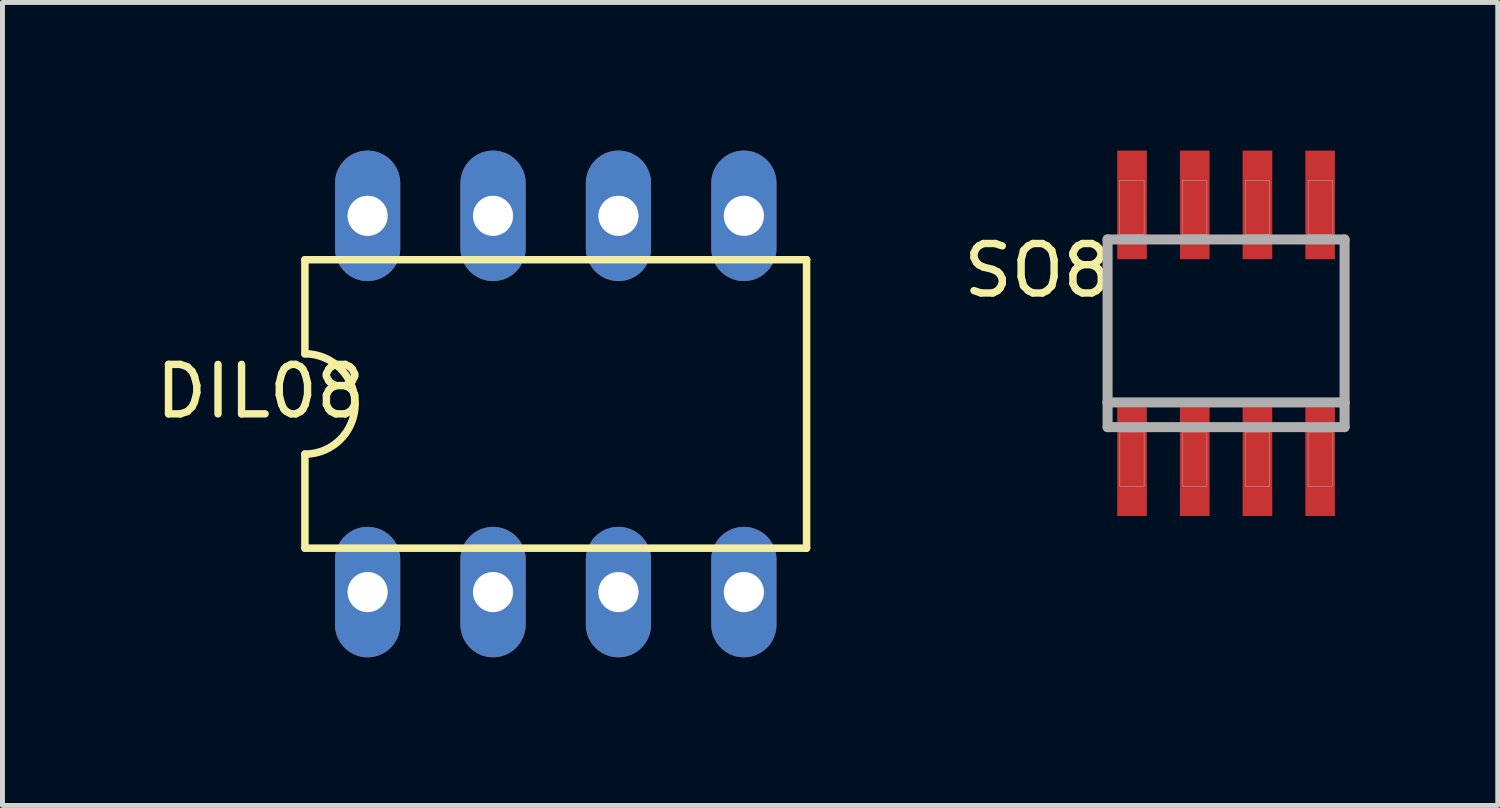
<source format=kicad_pcb>
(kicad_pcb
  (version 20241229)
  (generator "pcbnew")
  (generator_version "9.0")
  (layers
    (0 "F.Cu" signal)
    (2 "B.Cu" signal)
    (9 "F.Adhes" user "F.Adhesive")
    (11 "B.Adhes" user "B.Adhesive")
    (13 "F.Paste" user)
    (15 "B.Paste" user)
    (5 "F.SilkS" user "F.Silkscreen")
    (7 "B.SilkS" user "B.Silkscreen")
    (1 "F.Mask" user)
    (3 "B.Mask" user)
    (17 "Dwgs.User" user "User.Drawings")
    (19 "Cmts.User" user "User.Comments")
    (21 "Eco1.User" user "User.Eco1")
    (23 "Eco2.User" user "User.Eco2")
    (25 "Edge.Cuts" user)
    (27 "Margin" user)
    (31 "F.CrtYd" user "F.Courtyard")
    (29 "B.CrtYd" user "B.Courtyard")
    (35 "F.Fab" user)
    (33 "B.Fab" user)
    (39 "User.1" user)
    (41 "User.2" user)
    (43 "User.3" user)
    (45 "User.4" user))
  (footprint "DIL08"
    (layer "F.Cu")
    (at 8.205 5.131)
    (property "Reference" "DIL08" (at -5.981 -0.255 180) (layer "F.SilkS") (effects (font (size 1.002 1.002) (thickness 0.15))))
    (attr through_hole)
    (fp_line (start -5.08 -2.921) (end -5.08 -1.016) (stroke (width 0.152) (type solid)) (layer "F.SilkS"))
    (fp_line (start -5.08 2.921) (end -5.08 1.016) (stroke (width 0.152) (type solid)) (layer "F.SilkS"))
    (fp_line (start -5.08 2.921) (end 5.08 2.921) (stroke (width 0.152) (type solid)) (layer "F.SilkS"))
    (fp_line (start 5.08 -2.921) (end -5.08 -2.921) (stroke (width 0.152) (type solid)) (layer "F.SilkS"))
    (fp_line (start 5.08 -2.921) (end 5.08 2.921) (stroke (width 0.152) (type solid)) (layer "F.SilkS"))
    (fp_arc (start -5.08 -1.016) (mid -4.064 0) (end -5.08 1.016) (stroke (width 0.1524) (type solid)) (layer "F.SilkS"))
    (pad "1" thru_hole oval (at -3.81 3.81) (size 1.321 2.642) (drill 0.813) (layers "*.Cu" "*.Mask"))
    (pad "2" thru_hole oval (at -1.27 3.81) (size 1.321 2.642) (drill 0.813) (layers "*.Cu" "*.Mask"))
    (pad "3" thru_hole oval (at 1.27 3.81) (size 1.321 2.642) (drill 0.813) (layers "*.Cu" "*.Mask"))
    (pad "4" thru_hole oval (at 3.81 3.81) (size 1.321 2.642) (drill 0.813) (layers "*.Cu" "*.Mask"))
    (pad "5" thru_hole oval (at 3.81 -3.81) (size 1.321 2.642) (drill 0.813) (layers "*.Cu" "*.Mask"))
    (pad "6" thru_hole oval (at 1.27 -3.81) (size 1.321 2.642) (drill 0.813) (layers "*.Cu" "*.Mask"))
    (pad "7" thru_hole oval (at -1.27 -3.81) (size 1.321 2.642) (drill 0.813) (layers "*.Cu" "*.Mask"))
    (pad "8" thru_hole oval (at -3.81 -3.81) (size 1.321 2.642) (drill 0.813) (layers "*.Cu" "*.Mask")))
  (footprint "SO8"
    (layer "F.Cu")
    (at 21.781 3.7)
    (property "Reference" "SO8" (at -3.817 -1.272 180) (layer "F.SilkS") (effects (font (size 1.002 1.002) (thickness 0.15))))
    (attr through_hole)
    (fp_line (start -2.4 -1.9) (end 2.4 -1.9) (stroke (width 0.203) (type solid)) (layer "F.Fab"))
    (fp_line (start -2.4 1.4) (end -2.4 -1.9) (stroke (width 0.203) (type solid)) (layer "F.Fab"))
    (fp_line (start -2.4 1.9) (end -2.4 1.4) (stroke (width 0.203) (type solid)) (layer "F.Fab"))
    (fp_line (start 2.4 -1.9) (end 2.4 1.4) (stroke (width 0.203) (type solid)) (layer "F.Fab"))
    (fp_line (start 2.4 1.4) (end -2.4 1.4) (stroke (width 0.203) (type solid)) (layer "F.Fab"))
    (fp_line (start 2.4 1.4) (end 2.4 1.9) (stroke (width 0.203) (type solid)) (layer "F.Fab"))
    (fp_line (start 2.4 1.9) (end -2.4 1.9) (stroke (width 0.203) (type solid)) (layer "F.Fab"))
    (fp_poly (pts (xy -2.154 -3.1) (xy -1.66 -3.1) (xy -1.66 -2.004) (xy -2.154 -2.004)) (stroke (width 0.01) (type solid)) (fill no) (layer "F.Fab"))
    (fp_poly (pts (xy -2.152 2) (xy -1.66 2) (xy -1.66 3.104) (xy -2.152 3.104)) (stroke (width 0.01) (type solid)) (fill no) (layer "F.Fab"))
    (fp_poly (pts (xy -0.881 -3.1) (xy -0.39 -3.1) (xy -0.39 -2.003) (xy -0.881 -2.003)) (stroke (width 0.01) (type solid)) (fill no) (layer "F.Fab"))
    (fp_poly (pts (xy -0.88 2) (xy -0.39 2) (xy -0.39 3.101) (xy -0.88 3.101)) (stroke (width 0.01) (type solid)) (fill no) (layer "F.Fab"))
    (fp_poly (pts (xy 0.39 2) (xy 0.88 2) (xy 0.88 3.1) (xy 0.39 3.1)) (stroke (width 0.01) (type solid)) (fill no) (layer "F.Fab"))
    (fp_poly (pts (xy 0.39 -3.1) (xy 0.88 -3.1) (xy 0.88 -2.003) (xy 0.39 -2.003)) (stroke (width 0.01) (type solid)) (fill no) (layer "F.Fab"))
    (fp_poly (pts (xy 1.661 2) (xy 2.15 2) (xy 2.15 3.103) (xy 1.661 3.103)) (stroke (width 0.01) (type solid)) (fill no) (layer "F.Fab"))
    (fp_poly (pts (xy 1.662 -3.1) (xy 2.15 -3.1) (xy 2.15 -2.002) (xy 1.662 -2.002)) (stroke (width 0.01) (type solid)) (fill no) (layer "F.Fab"))
    (pad "1" smd rect (at -1.905 2.6) (size 0.6 2.2) (layers "F.Cu" "F.Mask" "F.Paste"))
    (pad "2" smd rect (at -0.635 2.6) (size 0.6 2.2) (layers "F.Cu" "F.Mask" "F.Paste"))
    (pad "3" smd rect (at 0.635 2.6) (size 0.6 2.2) (layers "F.Cu" "F.Mask" "F.Paste"))
    (pad "4" smd rect (at 1.905 2.6) (size 0.6 2.2) (layers "F.Cu" "F.Mask" "F.Paste"))
    (pad "5" smd rect (at 1.905 -2.6) (size 0.6 2.2) (layers "F.Cu" "F.Mask" "F.Paste"))
    (pad "6" smd rect (at 0.635 -2.6) (size 0.6 2.2) (layers "F.Cu" "F.Mask" "F.Paste"))
    (pad "7" smd rect (at -0.635 -2.6) (size 0.6 2.2) (layers "F.Cu" "F.Mask" "F.Paste"))
    (pad "8" smd rect (at -1.905 -2.6) (size 0.6 2.2) (layers "F.Cu" "F.Mask" "F.Paste")))
  (gr_rect
    (start -3 -3)
    (end 27.283 13.262)
    (stroke (width 0.1) (type default))
    (fill no)
    (layer "Edge.Cuts")))
</source>
